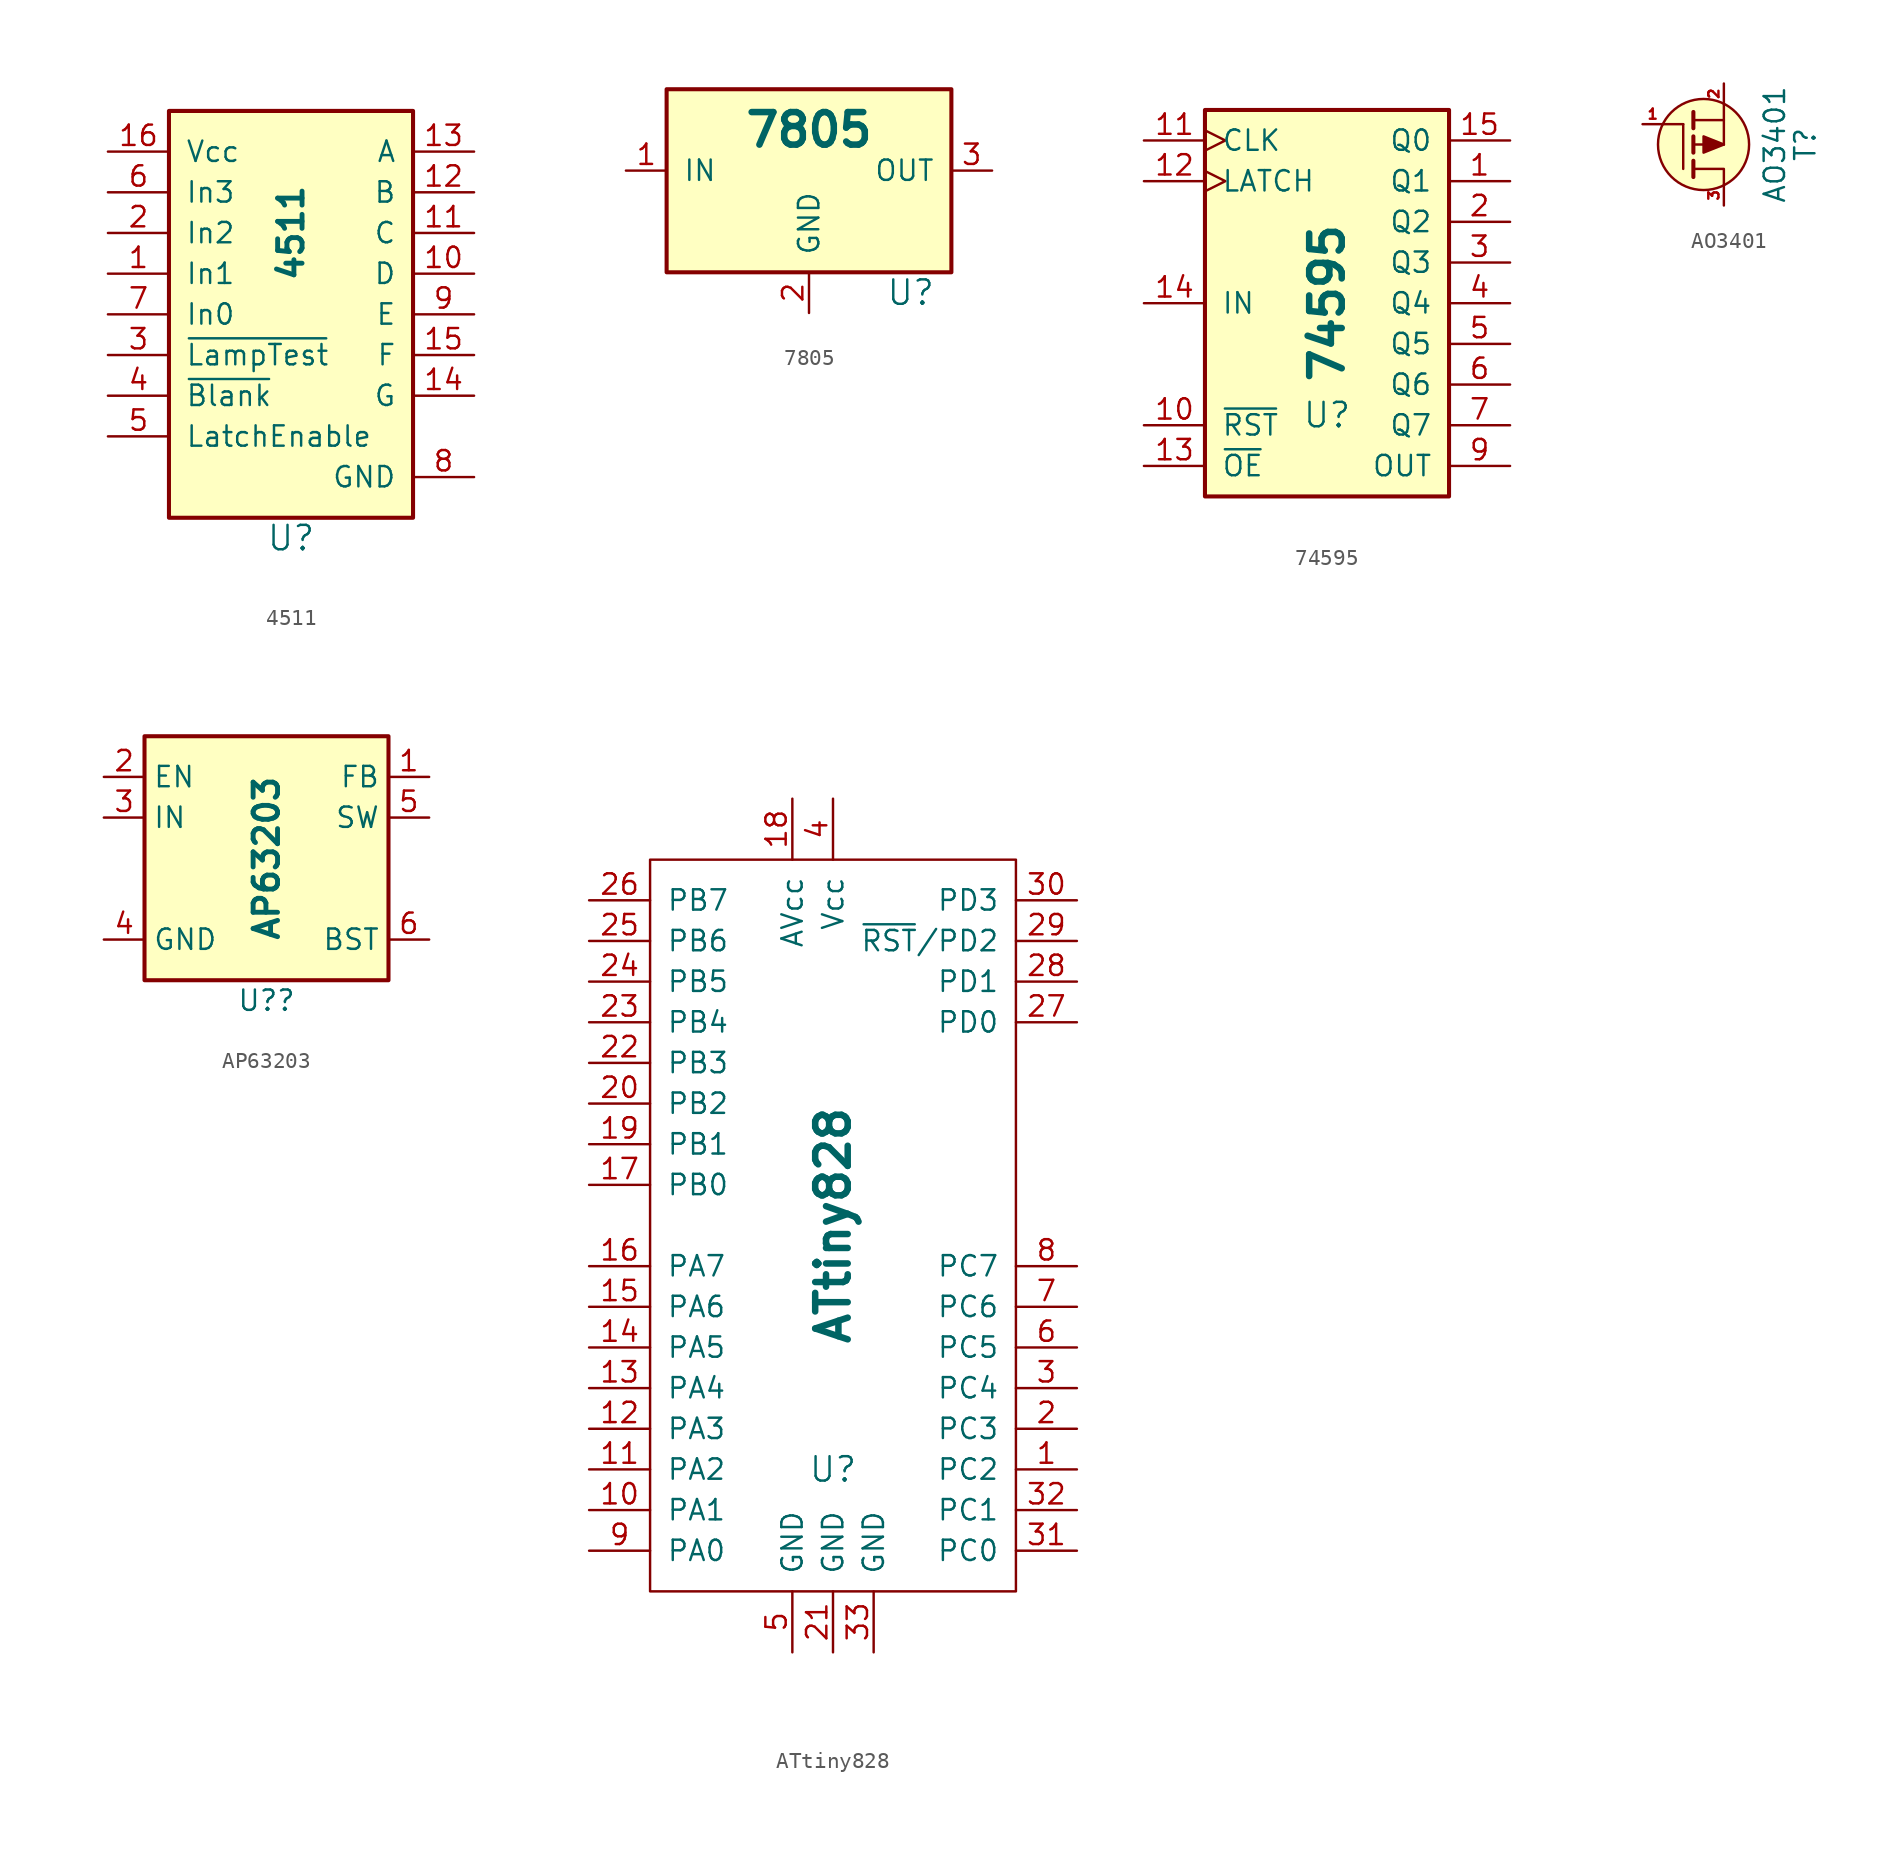
<source format=kicad_sym>
(kicad_symbol_lib
  (version 20231120)
  (generator "kicad_symbol_editor")
  (generator_version "8.0")
  (symbol "4511"
    (pin_names
      (offset 1.016))
    (property "Reference" "U"
      (at 0 -13.97 0)
      (effects (font (size 1.524 1.524))))
    (property "Value" "4511"
      (at 0 5.08 90)
      (effects (font (size 1.524 1.524) (bold yes))))
    (symbol "4511_0_0"
      (rectangle (start -7.62 12.7) (end 7.62 -12.7) (stroke (width 0.254) (type default)) (fill (type background))))
    (symbol "4511_1_1"
      (pin passive line (at -11.43 2.54 0) (length 3.81) (name "In1" (effects (font (size 1.27 1.27)))) (number "1" (effects (font (size 1.27 1.27)))))
      (pin passive line (at 11.43 2.54 180) (length 3.81) (name "D" (effects (font (size 1.27 1.27)))) (number "10" (effects (font (size 1.27 1.27)))))
      (pin passive line (at 11.43 5.08 180) (length 3.81) (name "C" (effects (font (size 1.27 1.27)))) (number "11" (effects (font (size 1.27 1.27)))))
      (pin passive line (at 11.43 7.62 180) (length 3.81) (name "B" (effects (font (size 1.27 1.27)))) (number "12" (effects (font (size 1.27 1.27)))))
      (pin passive line (at 11.43 10.16 180) (length 3.81) (name "A" (effects (font (size 1.27 1.27)))) (number "13" (effects (font (size 1.27 1.27)))))
      (pin passive line (at 11.43 -5.08 180) (length 3.81) (name "G" (effects (font (size 1.27 1.27)))) (number "14" (effects (font (size 1.27 1.27)))))
      (pin passive line (at 11.43 -2.54 180) (length 3.81) (name "F" (effects (font (size 1.27 1.27)))) (number "15" (effects (font (size 1.27 1.27)))))
      (pin passive line (at -11.43 10.16 0) (length 3.81) (name "Vcc" (effects (font (size 1.27 1.27)))) (number "16" (effects (font (size 1.27 1.27)))))
      (pin passive line (at -11.43 5.08 0) (length 3.81) (name "In2" (effects (font (size 1.27 1.27)))) (number "2" (effects (font (size 1.27 1.27)))))
      (pin passive line (at -11.43 -2.54 0) (length 3.81) (name "~{LampTest}" (effects (font (size 1.27 1.27)))) (number "3" (effects (font (size 1.27 1.27)))))
      (pin passive line (at -11.43 -5.08 0) (length 3.81) (name "~{Blank}" (effects (font (size 1.27 1.27)))) (number "4" (effects (font (size 1.27 1.27)))))
      (pin passive line (at -11.43 -7.62 0) (length 3.81) (name "LatchEnable" (effects (font (size 1.27 1.27)))) (number "5" (effects (font (size 1.27 1.27)))))
      (pin passive line (at -11.43 7.62 0) (length 3.81) (name "In3" (effects (font (size 1.27 1.27)))) (number "6" (effects (font (size 1.27 1.27)))))
      (pin passive line (at -11.43 0 0) (length 3.81) (name "In0" (effects (font (size 1.27 1.27)))) (number "7" (effects (font (size 1.27 1.27)))))
      (pin passive line (at 11.43 -10.16 180) (length 3.81) (name "GND" (effects (font (size 1.27 1.27)))) (number "8" (effects (font (size 1.27 1.27)))))
      (pin passive line (at 11.43 0 180) (length 3.81) (name "E" (effects (font (size 1.27 1.27)))) (number "9" (effects (font (size 1.27 1.27)))))))
  (symbol "7805"
    (pin_names
      (offset 1.016))
    (property "Reference" "U"
      (at 6.35 -7.62 0)
      (effects (font (size 1.524 1.524))))
    (property "Value" "7805"
      (at 0 2.54 0)
      (effects (font (size 2.032 2.032) (bold yes))))
    (property "Footprint" ""
      (at 0 0 0)
      (effects (font (size 1.524 1.524))))
    (property "Datasheet" ""
      (at 0 0 0)
      (effects (font (size 1.524 1.524))))
    (symbol "7805_0_1"
      (rectangle (start -8.89 5.08) (end 8.89 -6.35) (stroke (width 0.254) (type default)) (fill (type background))))
    (symbol "7805_1_1"
      (pin passive line (at -11.43 0 0) (length 2.54) (name "IN" (effects (font (size 1.27 1.27)))) (number "1" (effects (font (size 1.27 1.27)))))
      (pin passive line (at 0 -8.89 90) (length 2.54) (name "GND" (effects (font (size 1.27 1.27)))) (number "2" (effects (font (size 1.27 1.27)))))
      (pin passive line (at 11.43 0 180) (length 2.54) (name "OUT" (effects (font (size 1.27 1.27)))) (number "3" (effects (font (size 1.27 1.27)))))))
  (symbol "74595"
    (pin_names
      (offset 1.016))
    (property "Reference" "U"
      (at 0 -6.985 0)
      (effects (font (size 1.524 1.524))))
    (property "Value" "74595"
      (at 0 0 90)
      (effects (font (size 2.032 2.032) (bold yes))))
    (property "Footprint" ""
      (at 0 1.27 0)
      (effects (font (size 1.524 1.524))))
    (property "Datasheet" ""
      (at 0 1.27 0)
      (effects (font (size 1.524 1.524))))
    (symbol "74595_0_1"
      (rectangle (start -7.62 12.065) (end 7.62 -12.065) (stroke (width 0.254) (type default)) (fill (type background))))
    (symbol "74595_1_1"
      (pin input line (at 11.43 7.62 180) (length 3.81) (name "Q1" (effects (font (size 1.27 1.27)))) (number "1" (effects (font (size 1.27 1.27)))))
      (pin input line (at -11.43 -7.62 0) (length 3.81) (name "~{RST}" (effects (font (size 1.27 1.27)))) (number "10" (effects (font (size 1.27 1.27)))))
      (pin input clock (at -11.43 10.16 0) (length 3.81) (name "CLK" (effects (font (size 1.27 1.27)))) (number "11" (effects (font (size 1.27 1.27)))))
      (pin input clock (at -11.43 7.62 0) (length 3.81) (name "LATCH" (effects (font (size 1.27 1.27)))) (number "12" (effects (font (size 1.27 1.27)))))
      (pin input line (at -11.43 -10.16 0) (length 3.81) (name "~{OE}" (effects (font (size 1.27 1.27)))) (number "13" (effects (font (size 1.27 1.27)))))
      (pin input line (at -11.43 0 0) (length 3.81) (name "IN" (effects (font (size 1.27 1.27)))) (number "14" (effects (font (size 1.27 1.27)))))
      (pin input line (at 11.43 10.16 180) (length 3.81) (name "Q0" (effects (font (size 1.27 1.27)))) (number "15" (effects (font (size 1.27 1.27)))))
      (pin power_in line (at 0 12.065 270) (length 0) hide (name "Vcc" (effects (font (size 1.27 1.27)))) (number "16" (effects (font (size 1.27 1.27)))))
      (pin input line (at 11.43 5.08 180) (length 3.81) (name "Q2" (effects (font (size 1.27 1.27)))) (number "2" (effects (font (size 1.27 1.27)))))
      (pin input line (at 11.43 2.54 180) (length 3.81) (name "Q3" (effects (font (size 1.27 1.27)))) (number "3" (effects (font (size 1.27 1.27)))))
      (pin input line (at 11.43 0 180) (length 3.81) (name "Q4" (effects (font (size 1.27 1.27)))) (number "4" (effects (font (size 1.27 1.27)))))
      (pin input line (at 11.43 -2.54 180) (length 3.81) (name "Q5" (effects (font (size 1.27 1.27)))) (number "5" (effects (font (size 1.27 1.27)))))
      (pin input line (at 11.43 -5.08 180) (length 3.81) (name "Q6" (effects (font (size 1.27 1.27)))) (number "6" (effects (font (size 1.27 1.27)))))
      (pin input line (at 11.43 -7.62 180) (length 3.81) (name "Q7" (effects (font (size 1.27 1.27)))) (number "7" (effects (font (size 1.27 1.27)))))
      (pin power_in line (at 0 -12.065 90) (length 0) hide (name "GND" (effects (font (size 1.27 1.27)))) (number "8" (effects (font (size 1.27 1.27)))))
      (pin input line (at 11.43 -10.16 180) (length 3.81) (name "OUT" (effects (font (size 1.27 1.27)))) (number "9" (effects (font (size 1.27 1.27)))))))
  (symbol "AO3401"
    (pin_names
      (offset 0) hide)
    (property "Reference" "T"
      (at 6.35 0 90)
      (effects (font (size 1.27 1.27))))
    (property "Value" "AO3401"
      (at 4.445 0 90)
      (effects (font (size 1.27 1.27))))
    (symbol "AO3401_0_1"
      (polyline (pts (xy -1.27 -1.524) (xy -1.27 1.27)) (stroke (width 0) (type default)) (fill (type none)))
      (polyline (pts (xy -1.27 1.27) (xy -2.54 1.27)) (stroke (width 0) (type default)) (fill (type none)))
      (polyline (pts (xy -0.635 -1.016) (xy -0.635 -2.032)) (stroke (width 0.254) (type default)) (fill (type none)))
      (polyline (pts (xy -0.635 0.508) (xy -0.635 -0.508)) (stroke (width 0.254) (type default)) (fill (type none)))
      (polyline (pts (xy -0.635 1.016) (xy -0.635 2.032)) (stroke (width 0.254) (type default)) (fill (type none)))
      (polyline (pts (xy -0.508 0) (xy 0.254 0)) (stroke (width 0) (type default)) (fill (type none)))
      (polyline (pts (xy 0.635 0) (xy 1.27 0)) (stroke (width 0) (type default)) (fill (type none)))
      (polyline (pts (xy 1.27 1.524) (xy 1.27 0)) (stroke (width 0) (type default)) (fill (type none)))
      (polyline (pts (xy -0.635 -1.524) (xy 1.27 -1.524) (xy 1.27 -2.54)) (stroke (width 0) (type default)) (fill (type none)))
      (polyline (pts (xy 1.27 2.54) (xy 1.27 1.524) (xy -0.635 1.524)) (stroke (width 0) (type default)) (fill (type none)))
      (polyline (pts (xy 1.27 0) (xy 0 0.508) (xy 0 -0.508) (xy 1.27 0)) (stroke (width 0) (type default)) (fill (type outline)))
      (circle (center 0 0) (radius 2.845) (stroke (width 0) (type default)) (fill (type background))))
    (symbol "AO3401_1_1"
      (pin input line (at -3.81 1.27 0) (length 1.27) (name "~" (effects (font (size 0.635 0.635)))) (number "1" (effects (font (size 0.635 0.635)))))
      (pin passive line (at 1.27 3.81 270) (length 1.27) (name "~" (effects (font (size 0.635 0.635)))) (number "2" (effects (font (size 0.635 0.635)))))
      (pin passive line (at 1.27 -3.81 90) (length 1.27) (name "~" (effects (font (size 0.635 0.635)))) (number "3" (effects (font (size 0.635 0.635)))))))
  (symbol "AP63203"
    (property "Reference" "U?"
      (at 0 -8.89 0)
      (effects (font (size 1.27 1.27))))
    (property "Value" "AP63203"
      (at 0 0 90)
      (effects (font (size 1.524 1.524) (bold yes))))
    (symbol "AP63203_0_1"
      (rectangle (start -7.62 7.62) (end 7.62 -7.62) (stroke (width 0.254) (type default)) (fill (type background))))
    (symbol "AP63203_1_1"
      (pin input line (at 10.16 5.08 180) (length 2.54) (name "FB" (effects (font (size 1.27 1.27)))) (number "1" (effects (font (size 1.27 1.27)))))
      (pin input line (at -10.16 5.08 0) (length 2.54) (name "EN" (effects (font (size 1.27 1.27)))) (number "2" (effects (font (size 1.27 1.27)))))
      (pin power_in line (at -10.16 2.54 0) (length 2.54) (name "IN" (effects (font (size 1.27 1.27)))) (number "3" (effects (font (size 1.27 1.27)))))
      (pin power_in line (at -10.16 -5.08 0) (length 2.54) (name "GND" (effects (font (size 1.27 1.27)))) (number "4" (effects (font (size 1.27 1.27)))))
      (pin output line (at 10.16 2.54 180) (length 2.54) (name "SW" (effects (font (size 1.27 1.27)))) (number "5" (effects (font (size 1.27 1.27)))))
      (pin passive line (at 10.16 -5.08 180) (length 2.54) (name "BST" (effects (font (size 1.27 1.27)))) (number "6" (effects (font (size 1.27 1.27)))))))
  (symbol "ATtiny828"
    (pin_names
      (offset 1.016))
    (property "Reference" "U"
      (at 0 -15.24 0)
      (effects (font (size 1.524 1.524))))
    (property "Value" "ATtiny828"
      (at 0 0 90)
      (effects (font (size 2.032 2.032) (bold yes))))
    (symbol "ATtiny828_0_1"
      (rectangle (start -11.43 22.86) (end 11.43 -22.86) (stroke (width 0) (type default)) (fill (type none))))
    (symbol "ATtiny828_1_1"
      (pin bidirectional line (at 15.24 -15.24 180) (length 3.81) (name "PC2" (effects (font (size 1.27 1.27)))) (number "1" (effects (font (size 1.27 1.27)))))
      (pin bidirectional line (at -15.24 -17.78 0) (length 3.81) (name "PA1" (effects (font (size 1.27 1.27)))) (number "10" (effects (font (size 1.27 1.27)))))
      (pin bidirectional line (at -15.24 -15.24 0) (length 3.81) (name "PA2" (effects (font (size 1.27 1.27)))) (number "11" (effects (font (size 1.27 1.27)))))
      (pin bidirectional line (at -15.24 -12.7 0) (length 3.81) (name "PA3" (effects (font (size 1.27 1.27)))) (number "12" (effects (font (size 1.27 1.27)))))
      (pin bidirectional line (at -15.24 -10.16 0) (length 3.81) (name "PA4" (effects (font (size 1.27 1.27)))) (number "13" (effects (font (size 1.27 1.27)))))
      (pin bidirectional line (at -15.24 -7.62 0) (length 3.81) (name "PA5" (effects (font (size 1.27 1.27)))) (number "14" (effects (font (size 1.27 1.27)))))
      (pin bidirectional line (at -15.24 -5.08 0) (length 3.81) (name "PA6" (effects (font (size 1.27 1.27)))) (number "15" (effects (font (size 1.27 1.27)))))
      (pin bidirectional line (at -15.24 -2.54 0) (length 3.81) (name "PA7" (effects (font (size 1.27 1.27)))) (number "16" (effects (font (size 1.27 1.27)))))
      (pin bidirectional line (at -15.24 2.54 0) (length 3.81) (name "PB0" (effects (font (size 1.27 1.27)))) (number "17" (effects (font (size 1.27 1.27)))))
      (pin power_in line (at -2.54 26.67 270) (length 3.81) (name "AVcc" (effects (font (size 1.27 1.27)))) (number "18" (effects (font (size 1.27 1.27)))))
      (pin bidirectional line (at -15.24 5.08 0) (length 3.81) (name "PB1" (effects (font (size 1.27 1.27)))) (number "19" (effects (font (size 1.27 1.27)))))
      (pin bidirectional line (at 15.24 -12.7 180) (length 3.81) (name "PC3" (effects (font (size 1.27 1.27)))) (number "2" (effects (font (size 1.27 1.27)))))
      (pin bidirectional line (at -15.24 7.62 0) (length 3.81) (name "PB2" (effects (font (size 1.27 1.27)))) (number "20" (effects (font (size 1.27 1.27)))))
      (pin power_in line (at 0 -26.67 90) (length 3.81) (name "GND" (effects (font (size 1.27 1.27)))) (number "21" (effects (font (size 1.27 1.27)))))
      (pin bidirectional line (at -15.24 10.16 0) (length 3.81) (name "PB3" (effects (font (size 1.27 1.27)))) (number "22" (effects (font (size 1.27 1.27)))))
      (pin bidirectional line (at -15.24 12.7 0) (length 3.81) (name "PB4" (effects (font (size 1.27 1.27)))) (number "23" (effects (font (size 1.27 1.27)))))
      (pin bidirectional line (at -15.24 15.24 0) (length 3.81) (name "PB5" (effects (font (size 1.27 1.27)))) (number "24" (effects (font (size 1.27 1.27)))))
      (pin bidirectional line (at -15.24 17.78 0) (length 3.81) (name "PB6" (effects (font (size 1.27 1.27)))) (number "25" (effects (font (size 1.27 1.27)))))
      (pin bidirectional line (at -15.24 20.32 0) (length 3.81) (name "PB7" (effects (font (size 1.27 1.27)))) (number "26" (effects (font (size 1.27 1.27)))))
      (pin bidirectional line (at 15.24 12.7 180) (length 3.81) (name "PD0" (effects (font (size 1.27 1.27)))) (number "27" (effects (font (size 1.27 1.27)))))
      (pin bidirectional line (at 15.24 15.24 180) (length 3.81) (name "PD1" (effects (font (size 1.27 1.27)))) (number "28" (effects (font (size 1.27 1.27)))))
      (pin bidirectional line (at 15.24 17.78 180) (length 3.81) (name "~{RST}/PD2" (effects (font (size 1.27 1.27)))) (number "29" (effects (font (size 1.27 1.27)))))
      (pin bidirectional line (at 15.24 -10.16 180) (length 3.81) (name "PC4" (effects (font (size 1.27 1.27)))) (number "3" (effects (font (size 1.27 1.27)))))
      (pin bidirectional line (at 15.24 20.32 180) (length 3.81) (name "PD3" (effects (font (size 1.27 1.27)))) (number "30" (effects (font (size 1.27 1.27)))))
      (pin bidirectional line (at 15.24 -20.32 180) (length 3.81) (name "PC0" (effects (font (size 1.27 1.27)))) (number "31" (effects (font (size 1.27 1.27)))))
      (pin bidirectional line (at 15.24 -17.78 180) (length 3.81) (name "PC1" (effects (font (size 1.27 1.27)))) (number "32" (effects (font (size 1.27 1.27)))))
      (pin power_in line (at 2.54 -26.67 90) (length 3.81) (name "GND" (effects (font (size 1.27 1.27)))) (number "33" (effects (font (size 1.27 1.27)))))
      (pin power_in line (at 0 26.67 270) (length 3.81) (name "Vcc" (effects (font (size 1.27 1.27)))) (number "4" (effects (font (size 1.27 1.27)))))
      (pin power_in line (at -2.54 -26.67 90) (length 3.81) (name "GND" (effects (font (size 1.27 1.27)))) (number "5" (effects (font (size 1.27 1.27)))))
      (pin bidirectional line (at 15.24 -7.62 180) (length 3.81) (name "PC5" (effects (font (size 1.27 1.27)))) (number "6" (effects (font (size 1.27 1.27)))))
      (pin bidirectional line (at 15.24 -5.08 180) (length 3.81) (name "PC6" (effects (font (size 1.27 1.27)))) (number "7" (effects (font (size 1.27 1.27)))))
      (pin bidirectional line (at 15.24 -2.54 180) (length 3.81) (name "PC7" (effects (font (size 1.27 1.27)))) (number "8" (effects (font (size 1.27 1.27)))))
      (pin bidirectional line (at -15.24 -20.32 0) (length 3.81) (name "PA0" (effects (font (size 1.27 1.27)))) (number "9" (effects (font (size 1.27 1.27))))))))
</source>
